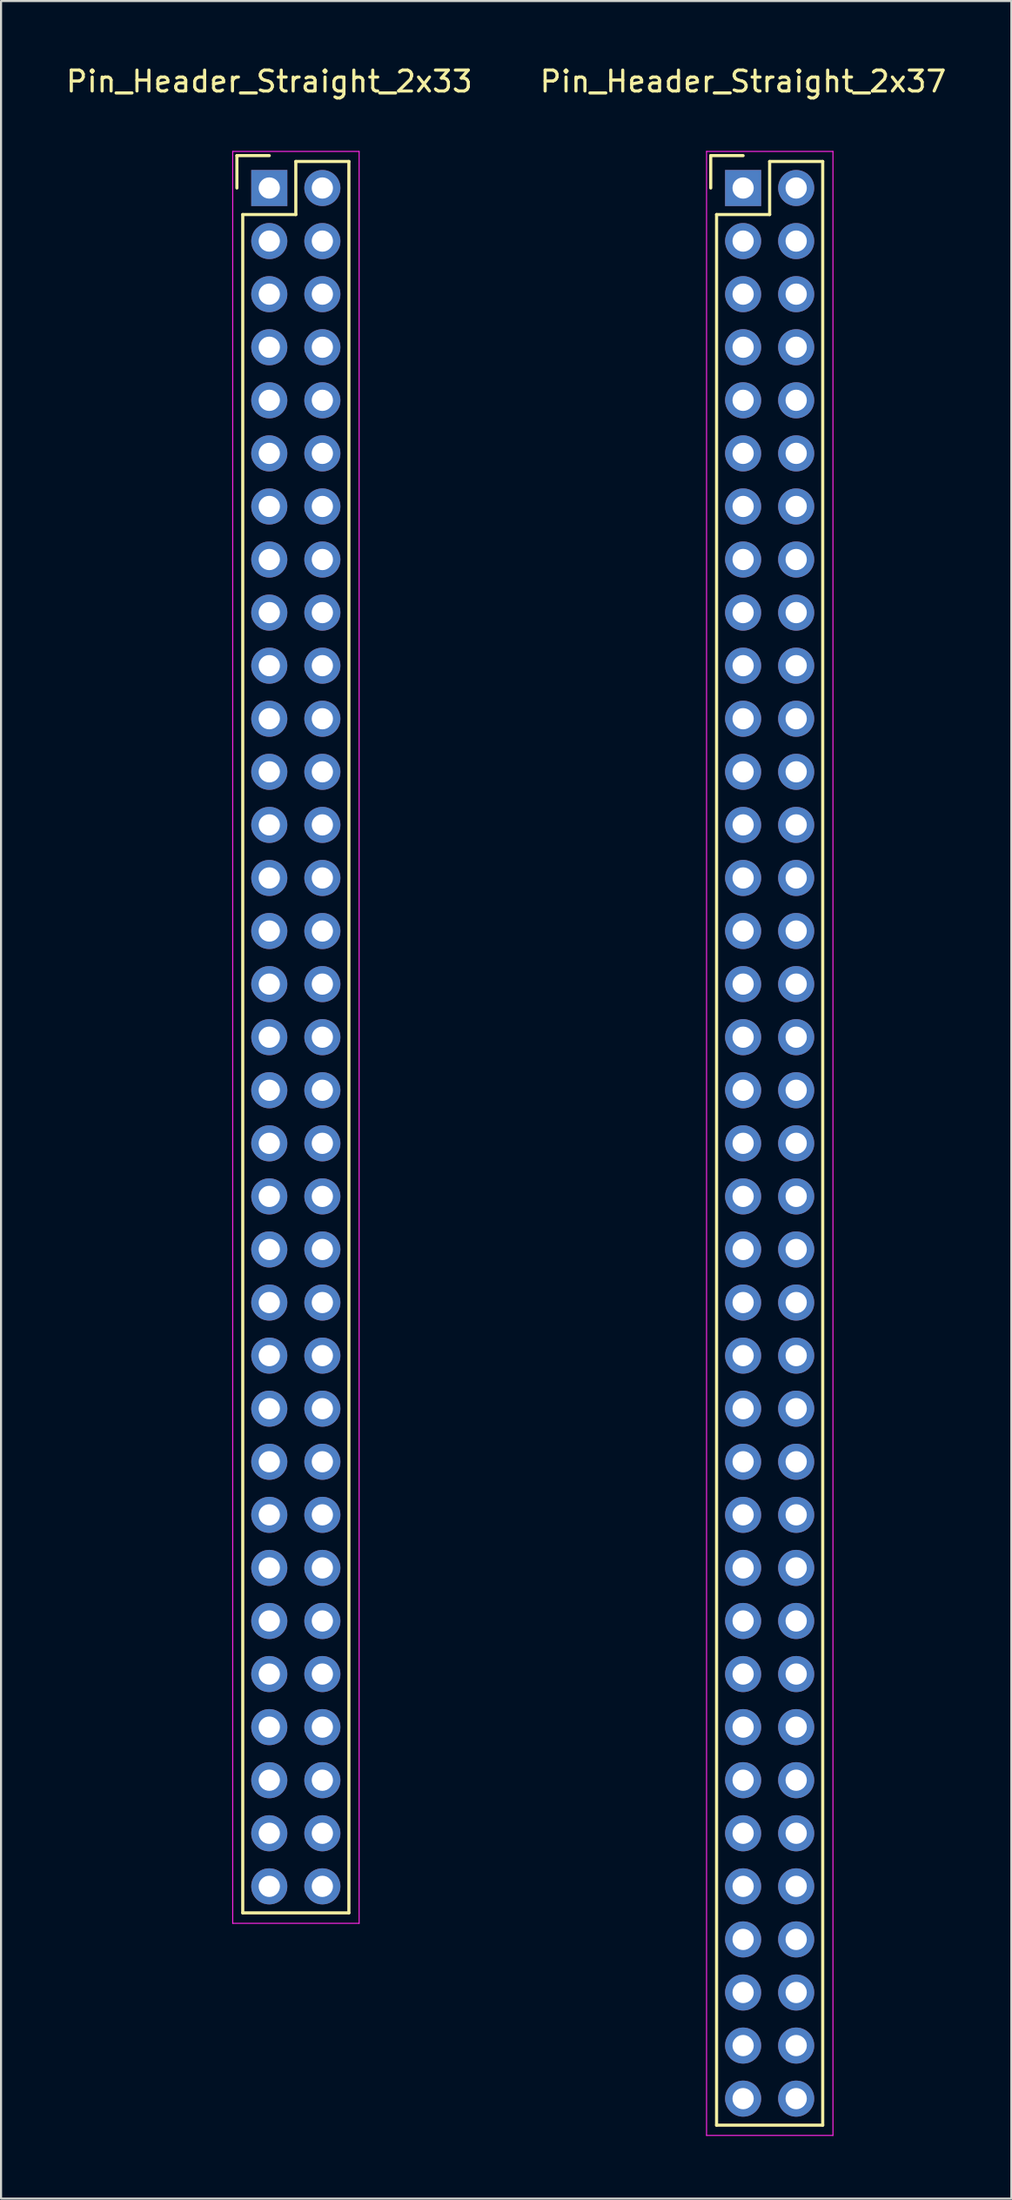
<source format=kicad_pcb>
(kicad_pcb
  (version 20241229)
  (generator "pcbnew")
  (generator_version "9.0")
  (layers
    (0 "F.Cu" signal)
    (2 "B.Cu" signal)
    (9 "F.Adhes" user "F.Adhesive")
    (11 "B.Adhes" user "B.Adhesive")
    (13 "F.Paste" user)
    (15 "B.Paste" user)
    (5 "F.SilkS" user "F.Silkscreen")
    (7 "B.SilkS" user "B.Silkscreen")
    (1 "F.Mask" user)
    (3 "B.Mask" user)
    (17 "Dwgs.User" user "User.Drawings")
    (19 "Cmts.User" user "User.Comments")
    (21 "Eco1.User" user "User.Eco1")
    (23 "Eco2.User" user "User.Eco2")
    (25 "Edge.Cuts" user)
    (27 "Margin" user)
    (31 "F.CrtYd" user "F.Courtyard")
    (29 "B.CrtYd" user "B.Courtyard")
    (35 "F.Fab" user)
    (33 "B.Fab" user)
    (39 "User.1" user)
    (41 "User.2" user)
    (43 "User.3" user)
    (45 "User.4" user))
  (footprint "Pin_Header_Straight_2x37"
    (layer "F.Cu")
    (at 32.518 5.948)
    (property "Reference" "Pin_Header_Straight_2x37" (at 0 -5.1 0) (layer "F.SilkS") (effects (font (size 1 1) (thickness 0.15))))
    (attr through_hole)
    (fp_line (start -1.55 -1.55) (end -1.55 0) (stroke (width 0.15) (type solid)) (layer "F.SilkS"))
    (fp_line (start -1.27 92.71) (end -1.27 1.27) (stroke (width 0.15) (type solid)) (layer "F.SilkS"))
    (fp_line (start 0 -1.55) (end -1.55 -1.55) (stroke (width 0.15) (type solid)) (layer "F.SilkS"))
    (fp_line (start 1.27 -1.27) (end 1.27 1.27) (stroke (width 0.15) (type solid)) (layer "F.SilkS"))
    (fp_line (start 1.27 1.27) (end -1.27 1.27) (stroke (width 0.15) (type solid)) (layer "F.SilkS"))
    (fp_line (start 3.81 -1.27) (end 1.27 -1.27) (stroke (width 0.15) (type solid)) (layer "F.SilkS"))
    (fp_line (start 3.81 -1.27) (end 3.81 92.71) (stroke (width 0.15) (type solid)) (layer "F.SilkS"))
    (fp_line (start 3.81 92.71) (end -1.27 92.71) (stroke (width 0.15) (type solid)) (layer "F.SilkS"))
    (fp_line (start -1.75 -1.75) (end -1.75 93.2) (stroke (width 0.05) (type solid)) (layer "F.CrtYd"))
    (fp_line (start -1.75 -1.75) (end 4.3 -1.75) (stroke (width 0.05) (type solid)) (layer "F.CrtYd"))
    (fp_line (start -1.75 93.2) (end 4.3 93.2) (stroke (width 0.05) (type solid)) (layer "F.CrtYd"))
    (fp_line (start 4.3 -1.75) (end 4.3 93.2) (stroke (width 0.05) (type solid)) (layer "F.CrtYd"))
    (pad "1" thru_hole rect (at 0 0) (size 1.727 1.727) (drill 1.016) (layers "*.Cu" "*.Mask"))
    (pad "2" thru_hole oval (at 2.54 0) (size 1.727 1.727) (drill 1.016) (layers "*.Cu" "*.Mask"))
    (pad "3" thru_hole oval (at 0 2.54) (size 1.727 1.727) (drill 1.016) (layers "*.Cu" "*.Mask"))
    (pad "4" thru_hole oval (at 2.54 2.54) (size 1.727 1.727) (drill 1.016) (layers "*.Cu" "*.Mask"))
    (pad "5" thru_hole oval (at 0 5.08) (size 1.727 1.727) (drill 1.016) (layers "*.Cu" "*.Mask"))
    (pad "6" thru_hole oval (at 2.54 5.08) (size 1.727 1.727) (drill 1.016) (layers "*.Cu" "*.Mask"))
    (pad "7" thru_hole oval (at 0 7.62) (size 1.727 1.727) (drill 1.016) (layers "*.Cu" "*.Mask"))
    (pad "8" thru_hole oval (at 2.54 7.62) (size 1.727 1.727) (drill 1.016) (layers "*.Cu" "*.Mask"))
    (pad "9" thru_hole oval (at 0 10.16) (size 1.727 1.727) (drill 1.016) (layers "*.Cu" "*.Mask"))
    (pad "10" thru_hole oval (at 2.54 10.16) (size 1.727 1.727) (drill 1.016) (layers "*.Cu" "*.Mask"))
    (pad "11" thru_hole oval (at 0 12.7) (size 1.727 1.727) (drill 1.016) (layers "*.Cu" "*.Mask"))
    (pad "12" thru_hole oval (at 2.54 12.7) (size 1.727 1.727) (drill 1.016) (layers "*.Cu" "*.Mask"))
    (pad "13" thru_hole oval (at 0 15.24) (size 1.727 1.727) (drill 1.016) (layers "*.Cu" "*.Mask"))
    (pad "14" thru_hole oval (at 2.54 15.24) (size 1.727 1.727) (drill 1.016) (layers "*.Cu" "*.Mask"))
    (pad "15" thru_hole oval (at 0 17.78) (size 1.727 1.727) (drill 1.016) (layers "*.Cu" "*.Mask"))
    (pad "16" thru_hole oval (at 2.54 17.78) (size 1.727 1.727) (drill 1.016) (layers "*.Cu" "*.Mask"))
    (pad "17" thru_hole oval (at 0 20.32) (size 1.727 1.727) (drill 1.016) (layers "*.Cu" "*.Mask"))
    (pad "18" thru_hole oval (at 2.54 20.32) (size 1.727 1.727) (drill 1.016) (layers "*.Cu" "*.Mask"))
    (pad "19" thru_hole oval (at 0 22.86) (size 1.727 1.727) (drill 1.016) (layers "*.Cu" "*.Mask"))
    (pad "20" thru_hole oval (at 2.54 22.86) (size 1.727 1.727) (drill 1.016) (layers "*.Cu" "*.Mask"))
    (pad "21" thru_hole oval (at 0 25.4) (size 1.727 1.727) (drill 1.016) (layers "*.Cu" "*.Mask"))
    (pad "22" thru_hole oval (at 2.54 25.4) (size 1.727 1.727) (drill 1.016) (layers "*.Cu" "*.Mask"))
    (pad "23" thru_hole oval (at 0 27.94) (size 1.727 1.727) (drill 1.016) (layers "*.Cu" "*.Mask"))
    (pad "24" thru_hole oval (at 2.54 27.94) (size 1.727 1.727) (drill 1.016) (layers "*.Cu" "*.Mask"))
    (pad "25" thru_hole oval (at 0 30.48) (size 1.727 1.727) (drill 1.016) (layers "*.Cu" "*.Mask"))
    (pad "26" thru_hole oval (at 2.54 30.48) (size 1.727 1.727) (drill 1.016) (layers "*.Cu" "*.Mask"))
    (pad "27" thru_hole oval (at 0 33.02) (size 1.727 1.727) (drill 1.016) (layers "*.Cu" "*.Mask"))
    (pad "28" thru_hole oval (at 2.54 33.02) (size 1.727 1.727) (drill 1.016) (layers "*.Cu" "*.Mask"))
    (pad "29" thru_hole oval (at 0 35.56) (size 1.727 1.727) (drill 1.016) (layers "*.Cu" "*.Mask"))
    (pad "30" thru_hole oval (at 2.54 35.56) (size 1.727 1.727) (drill 1.016) (layers "*.Cu" "*.Mask"))
    (pad "31" thru_hole oval (at 0 38.1) (size 1.727 1.727) (drill 1.016) (layers "*.Cu" "*.Mask"))
    (pad "32" thru_hole oval (at 2.54 38.1) (size 1.727 1.727) (drill 1.016) (layers "*.Cu" "*.Mask"))
    (pad "33" thru_hole oval (at 0 40.64) (size 1.727 1.727) (drill 1.016) (layers "*.Cu" "*.Mask"))
    (pad "34" thru_hole oval (at 2.54 40.64) (size 1.727 1.727) (drill 1.016) (layers "*.Cu" "*.Mask"))
    (pad "35" thru_hole oval (at 0 43.18) (size 1.727 1.727) (drill 1.016) (layers "*.Cu" "*.Mask"))
    (pad "36" thru_hole oval (at 2.54 43.18) (size 1.727 1.727) (drill 1.016) (layers "*.Cu" "*.Mask"))
    (pad "37" thru_hole oval (at 0 45.72) (size 1.727 1.727) (drill 1.016) (layers "*.Cu" "*.Mask"))
    (pad "38" thru_hole oval (at 2.54 45.72) (size 1.727 1.727) (drill 1.016) (layers "*.Cu" "*.Mask"))
    (pad "39" thru_hole oval (at 0 48.26) (size 1.727 1.727) (drill 1.016) (layers "*.Cu" "*.Mask"))
    (pad "40" thru_hole oval (at 2.54 48.26) (size 1.727 1.727) (drill 1.016) (layers "*.Cu" "*.Mask"))
    (pad "41" thru_hole oval (at 0 50.8) (size 1.727 1.727) (drill 1.016) (layers "*.Cu" "*.Mask"))
    (pad "42" thru_hole oval (at 2.54 50.8) (size 1.727 1.727) (drill 1.016) (layers "*.Cu" "*.Mask"))
    (pad "43" thru_hole oval (at 0 53.34) (size 1.727 1.727) (drill 1.016) (layers "*.Cu" "*.Mask"))
    (pad "44" thru_hole oval (at 2.54 53.34) (size 1.727 1.727) (drill 1.016) (layers "*.Cu" "*.Mask"))
    (pad "45" thru_hole oval (at 0 55.88) (size 1.727 1.727) (drill 1.016) (layers "*.Cu" "*.Mask"))
    (pad "46" thru_hole oval (at 2.54 55.88) (size 1.727 1.727) (drill 1.016) (layers "*.Cu" "*.Mask"))
    (pad "47" thru_hole oval (at 0 58.42) (size 1.727 1.727) (drill 1.016) (layers "*.Cu" "*.Mask"))
    (pad "48" thru_hole oval (at 2.54 58.42) (size 1.727 1.727) (drill 1.016) (layers "*.Cu" "*.Mask"))
    (pad "49" thru_hole oval (at 0 60.96) (size 1.727 1.727) (drill 1.016) (layers "*.Cu" "*.Mask"))
    (pad "50" thru_hole oval (at 2.54 60.96) (size 1.727 1.727) (drill 1.016) (layers "*.Cu" "*.Mask"))
    (pad "51" thru_hole oval (at 0 63.5) (size 1.727 1.727) (drill 1.016) (layers "*.Cu" "*.Mask"))
    (pad "52" thru_hole oval (at 2.54 63.5) (size 1.727 1.727) (drill 1.016) (layers "*.Cu" "*.Mask"))
    (pad "53" thru_hole oval (at 0 66.04) (size 1.727 1.727) (drill 1.016) (layers "*.Cu" "*.Mask"))
    (pad "54" thru_hole oval (at 2.54 66.04) (size 1.727 1.727) (drill 1.016) (layers "*.Cu" "*.Mask"))
    (pad "55" thru_hole oval (at 0 68.58) (size 1.727 1.727) (drill 1.016) (layers "*.Cu" "*.Mask"))
    (pad "56" thru_hole oval (at 2.54 68.58) (size 1.727 1.727) (drill 1.016) (layers "*.Cu" "*.Mask"))
    (pad "57" thru_hole oval (at 0 71.12) (size 1.727 1.727) (drill 1.016) (layers "*.Cu" "*.Mask"))
    (pad "58" thru_hole oval (at 2.54 71.12) (size 1.727 1.727) (drill 1.016) (layers "*.Cu" "*.Mask"))
    (pad "59" thru_hole oval (at 0 73.66) (size 1.727 1.727) (drill 1.016) (layers "*.Cu" "*.Mask"))
    (pad "60" thru_hole oval (at 2.54 73.66) (size 1.727 1.727) (drill 1.016) (layers "*.Cu" "*.Mask"))
    (pad "61" thru_hole oval (at 0 76.2) (size 1.727 1.727) (drill 1.016) (layers "*.Cu" "*.Mask"))
    (pad "62" thru_hole oval (at 2.54 76.2) (size 1.727 1.727) (drill 1.016) (layers "*.Cu" "*.Mask"))
    (pad "63" thru_hole oval (at 0 78.74) (size 1.727 1.727) (drill 1.016) (layers "*.Cu" "*.Mask"))
    (pad "64" thru_hole oval (at 2.54 78.74) (size 1.727 1.727) (drill 1.016) (layers "*.Cu" "*.Mask"))
    (pad "65" thru_hole oval (at 0 81.28) (size 1.727 1.727) (drill 1.016) (layers "*.Cu" "*.Mask"))
    (pad "66" thru_hole oval (at 2.54 81.28) (size 1.727 1.727) (drill 1.016) (layers "*.Cu" "*.Mask"))
    (pad "67" thru_hole oval (at 0 83.82) (size 1.727 1.727) (drill 1.016) (layers "*.Cu" "*.Mask"))
    (pad "68" thru_hole oval (at 2.54 83.82) (size 1.727 1.727) (drill 1.016) (layers "*.Cu" "*.Mask"))
    (pad "69" thru_hole oval (at 0 86.36) (size 1.727 1.727) (drill 1.016) (layers "*.Cu" "*.Mask"))
    (pad "70" thru_hole oval (at 2.54 86.36) (size 1.727 1.727) (drill 1.016) (layers "*.Cu" "*.Mask"))
    (pad "71" thru_hole oval (at 0 88.9) (size 1.727 1.727) (drill 1.016) (layers "*.Cu" "*.Mask"))
    (pad "72" thru_hole oval (at 2.54 88.9) (size 1.727 1.727) (drill 1.016) (layers "*.Cu" "*.Mask"))
    (pad "73" thru_hole oval (at 0 91.44) (size 1.727 1.727) (drill 1.016) (layers "*.Cu" "*.Mask"))
    (pad "74" thru_hole oval (at 2.54 91.44) (size 1.727 1.727) (drill 1.016) (layers "*.Cu" "*.Mask")))
  (footprint "Pin_Header_Straight_2x33"
    (layer "F.Cu")
    (at 9.839 5.948)
    (property "Reference" "Pin_Header_Straight_2x33" (at 0 -5.1 0) (layer "F.SilkS") (effects (font (size 1 1) (thickness 0.15))))
    (attr through_hole)
    (fp_line (start -1.55 -1.55) (end -1.55 0) (stroke (width 0.15) (type solid)) (layer "F.SilkS"))
    (fp_line (start -1.27 1.27) (end -1.27 82.55) (stroke (width 0.15) (type solid)) (layer "F.SilkS"))
    (fp_line (start 0 -1.55) (end -1.55 -1.55) (stroke (width 0.15) (type solid)) (layer "F.SilkS"))
    (fp_line (start 1.27 -1.27) (end 1.27 1.27) (stroke (width 0.15) (type solid)) (layer "F.SilkS"))
    (fp_line (start 1.27 1.27) (end -1.27 1.27) (stroke (width 0.15) (type solid)) (layer "F.SilkS"))
    (fp_line (start 3.81 -1.27) (end 1.27 -1.27) (stroke (width 0.15) (type solid)) (layer "F.SilkS"))
    (fp_line (start 3.81 82.55) (end -1.27 82.55) (stroke (width 0.15) (type solid)) (layer "F.SilkS"))
    (fp_line (start 3.81 82.55) (end 3.81 -1.27) (stroke (width 0.15) (type solid)) (layer "F.SilkS"))
    (fp_line (start -1.75 -1.75) (end -1.75 83.05) (stroke (width 0.05) (type solid)) (layer "F.CrtYd"))
    (fp_line (start -1.75 -1.75) (end 4.3 -1.75) (stroke (width 0.05) (type solid)) (layer "F.CrtYd"))
    (fp_line (start -1.75 83.05) (end 4.3 83.05) (stroke (width 0.05) (type solid)) (layer "F.CrtYd"))
    (fp_line (start 4.3 -1.75) (end 4.3 83.05) (stroke (width 0.05) (type solid)) (layer "F.CrtYd"))
    (pad "1" thru_hole rect (at 0 0) (size 1.727 1.727) (drill 1.016) (layers "*.Cu" "*.Mask"))
    (pad "2" thru_hole oval (at 2.54 0) (size 1.727 1.727) (drill 1.016) (layers "*.Cu" "*.Mask"))
    (pad "3" thru_hole oval (at 0 2.54) (size 1.727 1.727) (drill 1.016) (layers "*.Cu" "*.Mask"))
    (pad "4" thru_hole oval (at 2.54 2.54) (size 1.727 1.727) (drill 1.016) (layers "*.Cu" "*.Mask"))
    (pad "5" thru_hole oval (at 0 5.08) (size 1.727 1.727) (drill 1.016) (layers "*.Cu" "*.Mask"))
    (pad "6" thru_hole oval (at 2.54 5.08) (size 1.727 1.727) (drill 1.016) (layers "*.Cu" "*.Mask"))
    (pad "7" thru_hole oval (at 0 7.62) (size 1.727 1.727) (drill 1.016) (layers "*.Cu" "*.Mask"))
    (pad "8" thru_hole oval (at 2.54 7.62) (size 1.727 1.727) (drill 1.016) (layers "*.Cu" "*.Mask"))
    (pad "9" thru_hole oval (at 0 10.16) (size 1.727 1.727) (drill 1.016) (layers "*.Cu" "*.Mask"))
    (pad "10" thru_hole oval (at 2.54 10.16) (size 1.727 1.727) (drill 1.016) (layers "*.Cu" "*.Mask"))
    (pad "11" thru_hole oval (at 0 12.7) (size 1.727 1.727) (drill 1.016) (layers "*.Cu" "*.Mask"))
    (pad "12" thru_hole oval (at 2.54 12.7) (size 1.727 1.727) (drill 1.016) (layers "*.Cu" "*.Mask"))
    (pad "13" thru_hole oval (at 0 15.24) (size 1.727 1.727) (drill 1.016) (layers "*.Cu" "*.Mask"))
    (pad "14" thru_hole oval (at 2.54 15.24) (size 1.727 1.727) (drill 1.016) (layers "*.Cu" "*.Mask"))
    (pad "15" thru_hole oval (at 0 17.78) (size 1.727 1.727) (drill 1.016) (layers "*.Cu" "*.Mask"))
    (pad "16" thru_hole oval (at 2.54 17.78) (size 1.727 1.727) (drill 1.016) (layers "*.Cu" "*.Mask"))
    (pad "17" thru_hole oval (at 0 20.32) (size 1.727 1.727) (drill 1.016) (layers "*.Cu" "*.Mask"))
    (pad "18" thru_hole oval (at 2.54 20.32) (size 1.727 1.727) (drill 1.016) (layers "*.Cu" "*.Mask"))
    (pad "19" thru_hole oval (at 0 22.86) (size 1.727 1.727) (drill 1.016) (layers "*.Cu" "*.Mask"))
    (pad "20" thru_hole oval (at 2.54 22.86) (size 1.727 1.727) (drill 1.016) (layers "*.Cu" "*.Mask"))
    (pad "21" thru_hole oval (at 0 25.4) (size 1.727 1.727) (drill 1.016) (layers "*.Cu" "*.Mask"))
    (pad "22" thru_hole oval (at 2.54 25.4) (size 1.727 1.727) (drill 1.016) (layers "*.Cu" "*.Mask"))
    (pad "23" thru_hole oval (at 0 27.94) (size 1.727 1.727) (drill 1.016) (layers "*.Cu" "*.Mask"))
    (pad "24" thru_hole oval (at 2.54 27.94) (size 1.727 1.727) (drill 1.016) (layers "*.Cu" "*.Mask"))
    (pad "25" thru_hole oval (at 0 30.48) (size 1.727 1.727) (drill 1.016) (layers "*.Cu" "*.Mask"))
    (pad "26" thru_hole oval (at 2.54 30.48) (size 1.727 1.727) (drill 1.016) (layers "*.Cu" "*.Mask"))
    (pad "27" thru_hole oval (at 0 33.02) (size 1.727 1.727) (drill 1.016) (layers "*.Cu" "*.Mask"))
    (pad "28" thru_hole oval (at 2.54 33.02) (size 1.727 1.727) (drill 1.016) (layers "*.Cu" "*.Mask"))
    (pad "29" thru_hole oval (at 0 35.56) (size 1.727 1.727) (drill 1.016) (layers "*.Cu" "*.Mask"))
    (pad "30" thru_hole oval (at 2.54 35.56) (size 1.727 1.727) (drill 1.016) (layers "*.Cu" "*.Mask"))
    (pad "31" thru_hole oval (at 0 38.1) (size 1.727 1.727) (drill 1.016) (layers "*.Cu" "*.Mask"))
    (pad "32" thru_hole oval (at 2.54 38.1) (size 1.727 1.727) (drill 1.016) (layers "*.Cu" "*.Mask"))
    (pad "33" thru_hole oval (at 0 40.64) (size 1.727 1.727) (drill 1.016) (layers "*.Cu" "*.Mask"))
    (pad "34" thru_hole oval (at 2.54 40.64) (size 1.727 1.727) (drill 1.016) (layers "*.Cu" "*.Mask"))
    (pad "35" thru_hole oval (at 0 43.18) (size 1.727 1.727) (drill 1.016) (layers "*.Cu" "*.Mask"))
    (pad "36" thru_hole oval (at 2.54 43.18) (size 1.727 1.727) (drill 1.016) (layers "*.Cu" "*.Mask"))
    (pad "37" thru_hole oval (at 0 45.72) (size 1.727 1.727) (drill 1.016) (layers "*.Cu" "*.Mask"))
    (pad "38" thru_hole oval (at 2.54 45.72) (size 1.727 1.727) (drill 1.016) (layers "*.Cu" "*.Mask"))
    (pad "39" thru_hole oval (at 0 48.26) (size 1.727 1.727) (drill 1.016) (layers "*.Cu" "*.Mask"))
    (pad "40" thru_hole oval (at 2.54 48.26) (size 1.727 1.727) (drill 1.016) (layers "*.Cu" "*.Mask"))
    (pad "41" thru_hole oval (at 0 50.8) (size 1.727 1.727) (drill 1.016) (layers "*.Cu" "*.Mask"))
    (pad "42" thru_hole oval (at 2.54 50.8) (size 1.727 1.727) (drill 1.016) (layers "*.Cu" "*.Mask"))
    (pad "43" thru_hole oval (at 0 53.34) (size 1.727 1.727) (drill 1.016) (layers "*.Cu" "*.Mask"))
    (pad "44" thru_hole oval (at 2.54 53.34) (size 1.727 1.727) (drill 1.016) (layers "*.Cu" "*.Mask"))
    (pad "45" thru_hole oval (at 0 55.88) (size 1.727 1.727) (drill 1.016) (layers "*.Cu" "*.Mask"))
    (pad "46" thru_hole oval (at 2.54 55.88) (size 1.727 1.727) (drill 1.016) (layers "*.Cu" "*.Mask"))
    (pad "47" thru_hole oval (at 0 58.42) (size 1.727 1.727) (drill 1.016) (layers "*.Cu" "*.Mask"))
    (pad "48" thru_hole oval (at 2.54 58.42) (size 1.727 1.727) (drill 1.016) (layers "*.Cu" "*.Mask"))
    (pad "49" thru_hole oval (at 0 60.96) (size 1.727 1.727) (drill 1.016) (layers "*.Cu" "*.Mask"))
    (pad "50" thru_hole oval (at 2.54 60.96) (size 1.727 1.727) (drill 1.016) (layers "*.Cu" "*.Mask"))
    (pad "51" thru_hole oval (at 0 63.5) (size 1.727 1.727) (drill 1.016) (layers "*.Cu" "*.Mask"))
    (pad "52" thru_hole oval (at 2.54 63.5) (size 1.727 1.727) (drill 1.016) (layers "*.Cu" "*.Mask"))
    (pad "53" thru_hole oval (at 0 66.04) (size 1.727 1.727) (drill 1.016) (layers "*.Cu" "*.Mask"))
    (pad "54" thru_hole oval (at 2.54 66.04) (size 1.727 1.727) (drill 1.016) (layers "*.Cu" "*.Mask"))
    (pad "55" thru_hole oval (at 0 68.58) (size 1.727 1.727) (drill 1.016) (layers "*.Cu" "*.Mask"))
    (pad "56" thru_hole oval (at 2.54 68.58) (size 1.727 1.727) (drill 1.016) (layers "*.Cu" "*.Mask"))
    (pad "57" thru_hole oval (at 0 71.12) (size 1.727 1.727) (drill 1.016) (layers "*.Cu" "*.Mask"))
    (pad "58" thru_hole oval (at 2.54 71.12) (size 1.727 1.727) (drill 1.016) (layers "*.Cu" "*.Mask"))
    (pad "59" thru_hole oval (at 0 73.66) (size 1.727 1.727) (drill 1.016) (layers "*.Cu" "*.Mask"))
    (pad "60" thru_hole oval (at 2.54 73.66) (size 1.727 1.727) (drill 1.016) (layers "*.Cu" "*.Mask"))
    (pad "61" thru_hole oval (at 0 76.2) (size 1.727 1.727) (drill 1.016) (layers "*.Cu" "*.Mask"))
    (pad "62" thru_hole oval (at 2.54 76.2) (size 1.727 1.727) (drill 1.016) (layers "*.Cu" "*.Mask"))
    (pad "63" thru_hole oval (at 0 78.74) (size 1.727 1.727) (drill 1.016) (layers "*.Cu" "*.Mask"))
    (pad "64" thru_hole oval (at 2.54 78.74) (size 1.727 1.727) (drill 1.016) (layers "*.Cu" "*.Mask"))
    (pad "65" thru_hole oval (at 0 81.28) (size 1.727 1.727) (drill 1.016) (layers "*.Cu" "*.Mask"))
    (pad "66" thru_hole oval (at 2.54 81.28) (size 1.727 1.727) (drill 1.016) (layers "*.Cu" "*.Mask")))
  (gr_rect
    (start -3 -3)
    (end 45.357 102.173)
    (stroke (width 0.1) (type default))
    (fill no)
    (layer "Edge.Cuts")))
</source>
